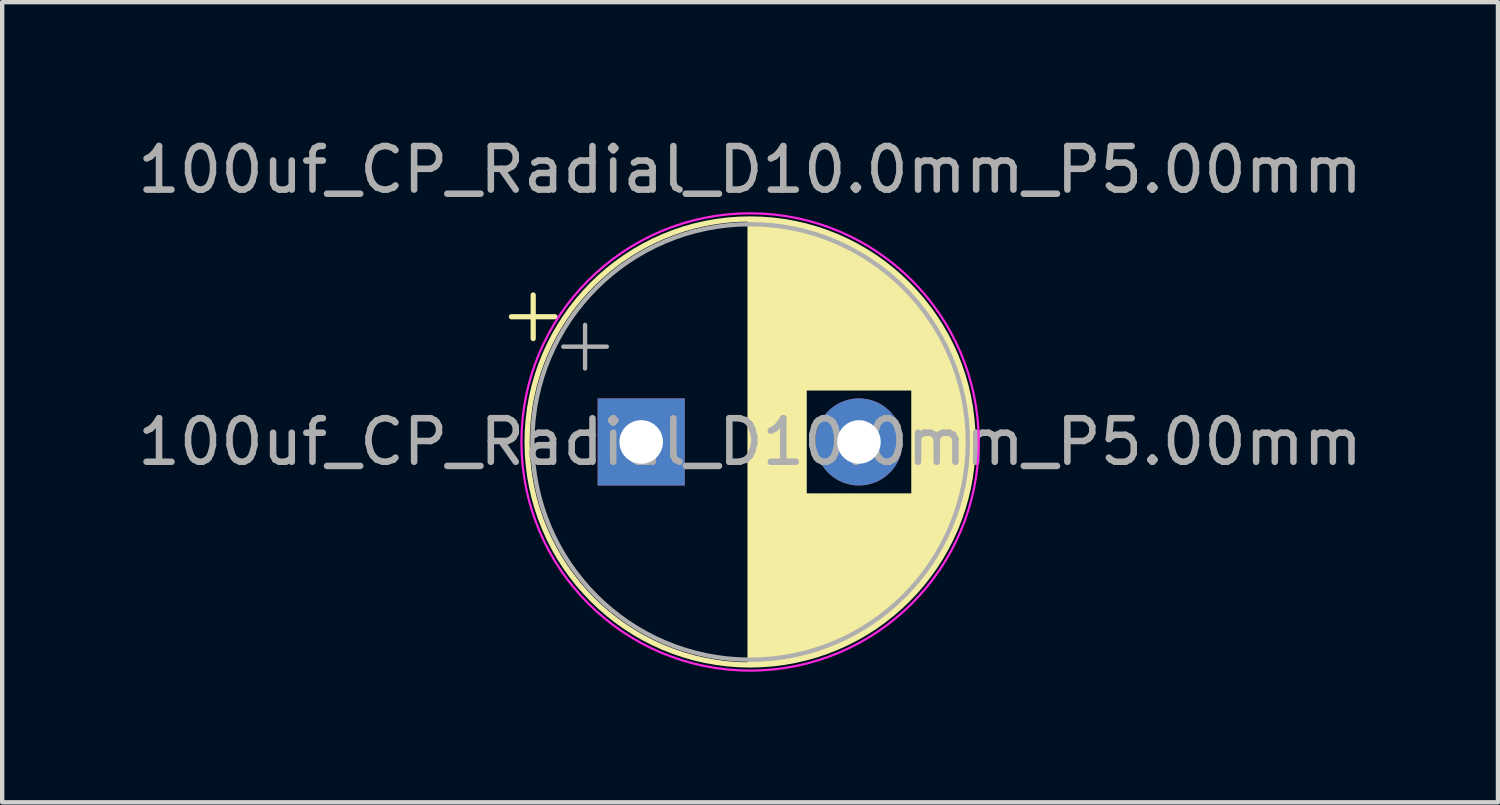
<source format=kicad_pcb>
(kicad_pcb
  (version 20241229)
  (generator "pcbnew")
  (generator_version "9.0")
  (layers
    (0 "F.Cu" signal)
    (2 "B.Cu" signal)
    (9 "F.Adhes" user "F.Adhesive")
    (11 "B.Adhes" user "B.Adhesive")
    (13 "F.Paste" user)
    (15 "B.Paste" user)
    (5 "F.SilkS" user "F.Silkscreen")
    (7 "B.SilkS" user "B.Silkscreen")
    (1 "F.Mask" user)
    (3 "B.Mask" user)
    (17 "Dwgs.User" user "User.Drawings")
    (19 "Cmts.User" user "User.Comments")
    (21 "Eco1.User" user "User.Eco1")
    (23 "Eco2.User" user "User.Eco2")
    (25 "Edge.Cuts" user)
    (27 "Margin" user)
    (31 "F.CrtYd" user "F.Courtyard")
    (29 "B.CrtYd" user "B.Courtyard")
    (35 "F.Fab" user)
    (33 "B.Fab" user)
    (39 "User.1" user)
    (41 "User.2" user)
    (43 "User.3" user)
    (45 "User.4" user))
  (footprint "100uf_CP_Radial_D10.0mm_P5.00mm"
    (layer "F.Cu")
    (at 11.673 7.098)
    (property "Reference" "100uf_CP_Radial_D10.0mm_P5.00mm" (at 2.5 -6.25 0) (layer "F.Fab") (effects (font (size 1 1) (thickness 0.15))))
    (attr through_hole)
    (fp_line (start -2.98 -2.875) (end -1.98 -2.875) (stroke (width 0.12) (type solid)) (layer "F.SilkS"))
    (fp_line (start -2.48 -3.375) (end -2.48 -2.375) (stroke (width 0.12) (type solid)) (layer "F.SilkS"))
    (fp_line (start 2.5 -5.08) (end 2.5 5.08) (stroke (width 0.12) (type solid)) (layer "F.SilkS"))
    (fp_line (start 2.54 -5.08) (end 2.54 5.08) (stroke (width 0.12) (type solid)) (layer "F.SilkS"))
    (fp_line (start 2.58 -5.08) (end 2.58 5.08) (stroke (width 0.12) (type solid)) (layer "F.SilkS"))
    (fp_line (start 2.62 -5.079) (end 2.62 5.079) (stroke (width 0.12) (type solid)) (layer "F.SilkS"))
    (fp_line (start 2.66 -5.078) (end 2.66 5.078) (stroke (width 0.12) (type solid)) (layer "F.SilkS"))
    (fp_line (start 2.7 -5.077) (end 2.7 5.077) (stroke (width 0.12) (type solid)) (layer "F.SilkS"))
    (fp_line (start 2.74 -5.075) (end 2.74 5.075) (stroke (width 0.12) (type solid)) (layer "F.SilkS"))
    (fp_line (start 2.78 -5.073) (end 2.78 5.073) (stroke (width 0.12) (type solid)) (layer "F.SilkS"))
    (fp_line (start 2.82 -5.07) (end 2.82 5.07) (stroke (width 0.12) (type solid)) (layer "F.SilkS"))
    (fp_line (start 2.86 -5.068) (end 2.86 5.068) (stroke (width 0.12) (type solid)) (layer "F.SilkS"))
    (fp_line (start 2.9 -5.065) (end 2.9 5.065) (stroke (width 0.12) (type solid)) (layer "F.SilkS"))
    (fp_line (start 2.94 -5.062) (end 2.94 5.062) (stroke (width 0.12) (type solid)) (layer "F.SilkS"))
    (fp_line (start 2.98 -5.058) (end 2.98 5.058) (stroke (width 0.12) (type solid)) (layer "F.SilkS"))
    (fp_line (start 3.02 -5.054) (end 3.02 5.054) (stroke (width 0.12) (type solid)) (layer "F.SilkS"))
    (fp_line (start 3.06 -5.05) (end 3.06 5.05) (stroke (width 0.12) (type solid)) (layer "F.SilkS"))
    (fp_line (start 3.1 -5.045) (end 3.1 5.045) (stroke (width 0.12) (type solid)) (layer "F.SilkS"))
    (fp_line (start 3.14 -5.04) (end 3.14 5.04) (stroke (width 0.12) (type solid)) (layer "F.SilkS"))
    (fp_line (start 3.18 -5.035) (end 3.18 5.035) (stroke (width 0.12) (type solid)) (layer "F.SilkS"))
    (fp_line (start 3.221 -5.03) (end 3.221 5.03) (stroke (width 0.12) (type solid)) (layer "F.SilkS"))
    (fp_line (start 3.261 -5.024) (end 3.261 5.024) (stroke (width 0.12) (type solid)) (layer "F.SilkS"))
    (fp_line (start 3.301 -5.018) (end 3.301 5.018) (stroke (width 0.12) (type solid)) (layer "F.SilkS"))
    (fp_line (start 3.341 -5.011) (end 3.341 5.011) (stroke (width 0.12) (type solid)) (layer "F.SilkS"))
    (fp_line (start 3.381 -5.004) (end 3.381 5.004) (stroke (width 0.12) (type solid)) (layer "F.SilkS"))
    (fp_line (start 3.421 -4.997) (end 3.421 4.997) (stroke (width 0.12) (type solid)) (layer "F.SilkS"))
    (fp_line (start 3.461 -4.99) (end 3.461 4.99) (stroke (width 0.12) (type solid)) (layer "F.SilkS"))
    (fp_line (start 3.501 -4.982) (end 3.501 4.982) (stroke (width 0.12) (type solid)) (layer "F.SilkS"))
    (fp_line (start 3.541 -4.974) (end 3.541 4.974) (stroke (width 0.12) (type solid)) (layer "F.SilkS"))
    (fp_line (start 3.581 -4.965) (end 3.581 4.965) (stroke (width 0.12) (type solid)) (layer "F.SilkS"))
    (fp_line (start 3.621 -4.956) (end 3.621 4.956) (stroke (width 0.12) (type solid)) (layer "F.SilkS"))
    (fp_line (start 3.661 -4.947) (end 3.661 4.947) (stroke (width 0.12) (type solid)) (layer "F.SilkS"))
    (fp_line (start 3.701 -4.938) (end 3.701 4.938) (stroke (width 0.12) (type solid)) (layer "F.SilkS"))
    (fp_line (start 3.741 -4.928) (end 3.741 4.928) (stroke (width 0.12) (type solid)) (layer "F.SilkS"))
    (fp_line (start 3.781 -4.918) (end 3.781 -1.241) (stroke (width 0.12) (type solid)) (layer "F.SilkS"))
    (fp_line (start 3.781 1.241) (end 3.781 4.918) (stroke (width 0.12) (type solid)) (layer "F.SilkS"))
    (fp_line (start 3.821 -4.907) (end 3.821 -1.241) (stroke (width 0.12) (type solid)) (layer "F.SilkS"))
    (fp_line (start 3.821 1.241) (end 3.821 4.907) (stroke (width 0.12) (type solid)) (layer "F.SilkS"))
    (fp_line (start 3.861 -4.897) (end 3.861 -1.241) (stroke (width 0.12) (type solid)) (layer "F.SilkS"))
    (fp_line (start 3.861 1.241) (end 3.861 4.897) (stroke (width 0.12) (type solid)) (layer "F.SilkS"))
    (fp_line (start 3.901 -4.885) (end 3.901 -1.241) (stroke (width 0.12) (type solid)) (layer "F.SilkS"))
    (fp_line (start 3.901 1.241) (end 3.901 4.885) (stroke (width 0.12) (type solid)) (layer "F.SilkS"))
    (fp_line (start 3.941 -4.874) (end 3.941 -1.241) (stroke (width 0.12) (type solid)) (layer "F.SilkS"))
    (fp_line (start 3.941 1.241) (end 3.941 4.874) (stroke (width 0.12) (type solid)) (layer "F.SilkS"))
    (fp_line (start 3.981 -4.862) (end 3.981 -1.241) (stroke (width 0.12) (type solid)) (layer "F.SilkS"))
    (fp_line (start 3.981 1.241) (end 3.981 4.862) (stroke (width 0.12) (type solid)) (layer "F.SilkS"))
    (fp_line (start 4.021 -4.85) (end 4.021 -1.241) (stroke (width 0.12) (type solid)) (layer "F.SilkS"))
    (fp_line (start 4.021 1.241) (end 4.021 4.85) (stroke (width 0.12) (type solid)) (layer "F.SilkS"))
    (fp_line (start 4.061 -4.837) (end 4.061 -1.241) (stroke (width 0.12) (type solid)) (layer "F.SilkS"))
    (fp_line (start 4.061 1.241) (end 4.061 4.837) (stroke (width 0.12) (type solid)) (layer "F.SilkS"))
    (fp_line (start 4.101 -4.824) (end 4.101 -1.241) (stroke (width 0.12) (type solid)) (layer "F.SilkS"))
    (fp_line (start 4.101 1.241) (end 4.101 4.824) (stroke (width 0.12) (type solid)) (layer "F.SilkS"))
    (fp_line (start 4.141 -4.811) (end 4.141 -1.241) (stroke (width 0.12) (type solid)) (layer "F.SilkS"))
    (fp_line (start 4.141 1.241) (end 4.141 4.811) (stroke (width 0.12) (type solid)) (layer "F.SilkS"))
    (fp_line (start 4.181 -4.797) (end 4.181 -1.241) (stroke (width 0.12) (type solid)) (layer "F.SilkS"))
    (fp_line (start 4.181 1.241) (end 4.181 4.797) (stroke (width 0.12) (type solid)) (layer "F.SilkS"))
    (fp_line (start 4.221 -4.783) (end 4.221 -1.241) (stroke (width 0.12) (type solid)) (layer "F.SilkS"))
    (fp_line (start 4.221 1.241) (end 4.221 4.783) (stroke (width 0.12) (type solid)) (layer "F.SilkS"))
    (fp_line (start 4.261 -4.768) (end 4.261 -1.241) (stroke (width 0.12) (type solid)) (layer "F.SilkS"))
    (fp_line (start 4.261 1.241) (end 4.261 4.768) (stroke (width 0.12) (type solid)) (layer "F.SilkS"))
    (fp_line (start 4.301 -4.754) (end 4.301 -1.241) (stroke (width 0.12) (type solid)) (layer "F.SilkS"))
    (fp_line (start 4.301 1.241) (end 4.301 4.754) (stroke (width 0.12) (type solid)) (layer "F.SilkS"))
    (fp_line (start 4.341 -4.738) (end 4.341 -1.241) (stroke (width 0.12) (type solid)) (layer "F.SilkS"))
    (fp_line (start 4.341 1.241) (end 4.341 4.738) (stroke (width 0.12) (type solid)) (layer "F.SilkS"))
    (fp_line (start 4.381 -4.723) (end 4.381 -1.241) (stroke (width 0.12) (type solid)) (layer "F.SilkS"))
    (fp_line (start 4.381 1.241) (end 4.381 4.723) (stroke (width 0.12) (type solid)) (layer "F.SilkS"))
    (fp_line (start 4.421 -4.707) (end 4.421 -1.241) (stroke (width 0.12) (type solid)) (layer "F.SilkS"))
    (fp_line (start 4.421 1.241) (end 4.421 4.707) (stroke (width 0.12) (type solid)) (layer "F.SilkS"))
    (fp_line (start 4.461 -4.69) (end 4.461 -1.241) (stroke (width 0.12) (type solid)) (layer "F.SilkS"))
    (fp_line (start 4.461 1.241) (end 4.461 4.69) (stroke (width 0.12) (type solid)) (layer "F.SilkS"))
    (fp_line (start 4.501 -4.674) (end 4.501 -1.241) (stroke (width 0.12) (type solid)) (layer "F.SilkS"))
    (fp_line (start 4.501 1.241) (end 4.501 4.674) (stroke (width 0.12) (type solid)) (layer "F.SilkS"))
    (fp_line (start 4.541 -4.657) (end 4.541 -1.241) (stroke (width 0.12) (type solid)) (layer "F.SilkS"))
    (fp_line (start 4.541 1.241) (end 4.541 4.657) (stroke (width 0.12) (type solid)) (layer "F.SilkS"))
    (fp_line (start 4.581 -4.639) (end 4.581 -1.241) (stroke (width 0.12) (type solid)) (layer "F.SilkS"))
    (fp_line (start 4.581 1.241) (end 4.581 4.639) (stroke (width 0.12) (type solid)) (layer "F.SilkS"))
    (fp_line (start 4.621 -4.621) (end 4.621 -1.241) (stroke (width 0.12) (type solid)) (layer "F.SilkS"))
    (fp_line (start 4.621 1.241) (end 4.621 4.621) (stroke (width 0.12) (type solid)) (layer "F.SilkS"))
    (fp_line (start 4.661 -4.603) (end 4.661 -1.241) (stroke (width 0.12) (type solid)) (layer "F.SilkS"))
    (fp_line (start 4.661 1.241) (end 4.661 4.603) (stroke (width 0.12) (type solid)) (layer "F.SilkS"))
    (fp_line (start 4.701 -4.584) (end 4.701 -1.241) (stroke (width 0.12) (type solid)) (layer "F.SilkS"))
    (fp_line (start 4.701 1.241) (end 4.701 4.584) (stroke (width 0.12) (type solid)) (layer "F.SilkS"))
    (fp_line (start 4.741 -4.564) (end 4.741 -1.241) (stroke (width 0.12) (type solid)) (layer "F.SilkS"))
    (fp_line (start 4.741 1.241) (end 4.741 4.564) (stroke (width 0.12) (type solid)) (layer "F.SilkS"))
    (fp_line (start 4.781 -4.545) (end 4.781 -1.241) (stroke (width 0.12) (type solid)) (layer "F.SilkS"))
    (fp_line (start 4.781 1.241) (end 4.781 4.545) (stroke (width 0.12) (type solid)) (layer "F.SilkS"))
    (fp_line (start 4.821 -4.525) (end 4.821 -1.241) (stroke (width 0.12) (type solid)) (layer "F.SilkS"))
    (fp_line (start 4.821 1.241) (end 4.821 4.525) (stroke (width 0.12) (type solid)) (layer "F.SilkS"))
    (fp_line (start 4.861 -4.504) (end 4.861 -1.241) (stroke (width 0.12) (type solid)) (layer "F.SilkS"))
    (fp_line (start 4.861 1.241) (end 4.861 4.504) (stroke (width 0.12) (type solid)) (layer "F.SilkS"))
    (fp_line (start 4.901 -4.483) (end 4.901 -1.241) (stroke (width 0.12) (type solid)) (layer "F.SilkS"))
    (fp_line (start 4.901 1.241) (end 4.901 4.483) (stroke (width 0.12) (type solid)) (layer "F.SilkS"))
    (fp_line (start 4.941 -4.462) (end 4.941 -1.241) (stroke (width 0.12) (type solid)) (layer "F.SilkS"))
    (fp_line (start 4.941 1.241) (end 4.941 4.462) (stroke (width 0.12) (type solid)) (layer "F.SilkS"))
    (fp_line (start 4.981 -4.44) (end 4.981 -1.241) (stroke (width 0.12) (type solid)) (layer "F.SilkS"))
    (fp_line (start 4.981 1.241) (end 4.981 4.44) (stroke (width 0.12) (type solid)) (layer "F.SilkS"))
    (fp_line (start 5.021 -4.417) (end 5.021 -1.241) (stroke (width 0.12) (type solid)) (layer "F.SilkS"))
    (fp_line (start 5.021 1.241) (end 5.021 4.417) (stroke (width 0.12) (type solid)) (layer "F.SilkS"))
    (fp_line (start 5.061 -4.395) (end 5.061 -1.241) (stroke (width 0.12) (type solid)) (layer "F.SilkS"))
    (fp_line (start 5.061 1.241) (end 5.061 4.395) (stroke (width 0.12) (type solid)) (layer "F.SilkS"))
    (fp_line (start 5.101 -4.371) (end 5.101 -1.241) (stroke (width 0.12) (type solid)) (layer "F.SilkS"))
    (fp_line (start 5.101 1.241) (end 5.101 4.371) (stroke (width 0.12) (type solid)) (layer "F.SilkS"))
    (fp_line (start 5.141 -4.347) (end 5.141 -1.241) (stroke (width 0.12) (type solid)) (layer "F.SilkS"))
    (fp_line (start 5.141 1.241) (end 5.141 4.347) (stroke (width 0.12) (type solid)) (layer "F.SilkS"))
    (fp_line (start 5.181 -4.323) (end 5.181 -1.241) (stroke (width 0.12) (type solid)) (layer "F.SilkS"))
    (fp_line (start 5.181 1.241) (end 5.181 4.323) (stroke (width 0.12) (type solid)) (layer "F.SilkS"))
    (fp_line (start 5.221 -4.298) (end 5.221 -1.241) (stroke (width 0.12) (type solid)) (layer "F.SilkS"))
    (fp_line (start 5.221 1.241) (end 5.221 4.298) (stroke (width 0.12) (type solid)) (layer "F.SilkS"))
    (fp_line (start 5.261 -4.273) (end 5.261 -1.241) (stroke (width 0.12) (type solid)) (layer "F.SilkS"))
    (fp_line (start 5.261 1.241) (end 5.261 4.273) (stroke (width 0.12) (type solid)) (layer "F.SilkS"))
    (fp_line (start 5.301 -4.247) (end 5.301 -1.241) (stroke (width 0.12) (type solid)) (layer "F.SilkS"))
    (fp_line (start 5.301 1.241) (end 5.301 4.247) (stroke (width 0.12) (type solid)) (layer "F.SilkS"))
    (fp_line (start 5.341 -4.221) (end 5.341 -1.241) (stroke (width 0.12) (type solid)) (layer "F.SilkS"))
    (fp_line (start 5.341 1.241) (end 5.341 4.221) (stroke (width 0.12) (type solid)) (layer "F.SilkS"))
    (fp_line (start 5.381 -4.194) (end 5.381 -1.241) (stroke (width 0.12) (type solid)) (layer "F.SilkS"))
    (fp_line (start 5.381 1.241) (end 5.381 4.194) (stroke (width 0.12) (type solid)) (layer "F.SilkS"))
    (fp_line (start 5.421 -4.166) (end 5.421 -1.241) (stroke (width 0.12) (type solid)) (layer "F.SilkS"))
    (fp_line (start 5.421 1.241) (end 5.421 4.166) (stroke (width 0.12) (type solid)) (layer "F.SilkS"))
    (fp_line (start 5.461 -4.138) (end 5.461 -1.241) (stroke (width 0.12) (type solid)) (layer "F.SilkS"))
    (fp_line (start 5.461 1.241) (end 5.461 4.138) (stroke (width 0.12) (type solid)) (layer "F.SilkS"))
    (fp_line (start 5.501 -4.11) (end 5.501 -1.241) (stroke (width 0.12) (type solid)) (layer "F.SilkS"))
    (fp_line (start 5.501 1.241) (end 5.501 4.11) (stroke (width 0.12) (type solid)) (layer "F.SilkS"))
    (fp_line (start 5.541 -4.08) (end 5.541 -1.241) (stroke (width 0.12) (type solid)) (layer "F.SilkS"))
    (fp_line (start 5.541 1.241) (end 5.541 4.08) (stroke (width 0.12) (type solid)) (layer "F.SilkS"))
    (fp_line (start 5.581 -4.05) (end 5.581 -1.241) (stroke (width 0.12) (type solid)) (layer "F.SilkS"))
    (fp_line (start 5.581 1.241) (end 5.581 4.05) (stroke (width 0.12) (type solid)) (layer "F.SilkS"))
    (fp_line (start 5.621 -4.02) (end 5.621 -1.241) (stroke (width 0.12) (type solid)) (layer "F.SilkS"))
    (fp_line (start 5.621 1.241) (end 5.621 4.02) (stroke (width 0.12) (type solid)) (layer "F.SilkS"))
    (fp_line (start 5.661 -3.989) (end 5.661 -1.241) (stroke (width 0.12) (type solid)) (layer "F.SilkS"))
    (fp_line (start 5.661 1.241) (end 5.661 3.989) (stroke (width 0.12) (type solid)) (layer "F.SilkS"))
    (fp_line (start 5.701 -3.957) (end 5.701 -1.241) (stroke (width 0.12) (type solid)) (layer "F.SilkS"))
    (fp_line (start 5.701 1.241) (end 5.701 3.957) (stroke (width 0.12) (type solid)) (layer "F.SilkS"))
    (fp_line (start 5.741 -3.925) (end 5.741 -1.241) (stroke (width 0.12) (type solid)) (layer "F.SilkS"))
    (fp_line (start 5.741 1.241) (end 5.741 3.925) (stroke (width 0.12) (type solid)) (layer "F.SilkS"))
    (fp_line (start 5.781 -3.892) (end 5.781 -1.241) (stroke (width 0.12) (type solid)) (layer "F.SilkS"))
    (fp_line (start 5.781 1.241) (end 5.781 3.892) (stroke (width 0.12) (type solid)) (layer "F.SilkS"))
    (fp_line (start 5.821 -3.858) (end 5.821 -1.241) (stroke (width 0.12) (type solid)) (layer "F.SilkS"))
    (fp_line (start 5.821 1.241) (end 5.821 3.858) (stroke (width 0.12) (type solid)) (layer "F.SilkS"))
    (fp_line (start 5.861 -3.824) (end 5.861 -1.241) (stroke (width 0.12) (type solid)) (layer "F.SilkS"))
    (fp_line (start 5.861 1.241) (end 5.861 3.824) (stroke (width 0.12) (type solid)) (layer "F.SilkS"))
    (fp_line (start 5.901 -3.789) (end 5.901 -1.241) (stroke (width 0.12) (type solid)) (layer "F.SilkS"))
    (fp_line (start 5.901 1.241) (end 5.901 3.789) (stroke (width 0.12) (type solid)) (layer "F.SilkS"))
    (fp_line (start 5.941 -3.753) (end 5.941 -1.241) (stroke (width 0.12) (type solid)) (layer "F.SilkS"))
    (fp_line (start 5.941 1.241) (end 5.941 3.753) (stroke (width 0.12) (type solid)) (layer "F.SilkS"))
    (fp_line (start 5.981 -3.716) (end 5.981 -1.241) (stroke (width 0.12) (type solid)) (layer "F.SilkS"))
    (fp_line (start 5.981 1.241) (end 5.981 3.716) (stroke (width 0.12) (type solid)) (layer "F.SilkS"))
    (fp_line (start 6.021 -3.679) (end 6.021 -1.241) (stroke (width 0.12) (type solid)) (layer "F.SilkS"))
    (fp_line (start 6.021 1.241) (end 6.021 3.679) (stroke (width 0.12) (type solid)) (layer "F.SilkS"))
    (fp_line (start 6.061 -3.64) (end 6.061 -1.241) (stroke (width 0.12) (type solid)) (layer "F.SilkS"))
    (fp_line (start 6.061 1.241) (end 6.061 3.64) (stroke (width 0.12) (type solid)) (layer "F.SilkS"))
    (fp_line (start 6.101 -3.601) (end 6.101 -1.241) (stroke (width 0.12) (type solid)) (layer "F.SilkS"))
    (fp_line (start 6.101 1.241) (end 6.101 3.601) (stroke (width 0.12) (type solid)) (layer "F.SilkS"))
    (fp_line (start 6.141 -3.561) (end 6.141 -1.241) (stroke (width 0.12) (type solid)) (layer "F.SilkS"))
    (fp_line (start 6.141 1.241) (end 6.141 3.561) (stroke (width 0.12) (type solid)) (layer "F.SilkS"))
    (fp_line (start 6.181 -3.52) (end 6.181 -1.241) (stroke (width 0.12) (type solid)) (layer "F.SilkS"))
    (fp_line (start 6.181 1.241) (end 6.181 3.52) (stroke (width 0.12) (type solid)) (layer "F.SilkS"))
    (fp_line (start 6.221 -3.478) (end 6.221 -1.241) (stroke (width 0.12) (type solid)) (layer "F.SilkS"))
    (fp_line (start 6.221 1.241) (end 6.221 3.478) (stroke (width 0.12) (type solid)) (layer "F.SilkS"))
    (fp_line (start 6.261 -3.436) (end 6.261 3.436) (stroke (width 0.12) (type solid)) (layer "F.SilkS"))
    (fp_line (start 6.301 -3.392) (end 6.301 3.392) (stroke (width 0.12) (type solid)) (layer "F.SilkS"))
    (fp_line (start 6.341 -3.347) (end 6.341 3.347) (stroke (width 0.12) (type solid)) (layer "F.SilkS"))
    (fp_line (start 6.381 -3.301) (end 6.381 3.301) (stroke (width 0.12) (type solid)) (layer "F.SilkS"))
    (fp_line (start 6.421 -3.254) (end 6.421 3.254) (stroke (width 0.12) (type solid)) (layer "F.SilkS"))
    (fp_line (start 6.461 -3.206) (end 6.461 3.206) (stroke (width 0.12) (type solid)) (layer "F.SilkS"))
    (fp_line (start 6.501 -3.156) (end 6.501 3.156) (stroke (width 0.12) (type solid)) (layer "F.SilkS"))
    (fp_line (start 6.541 -3.106) (end 6.541 3.106) (stroke (width 0.12) (type solid)) (layer "F.SilkS"))
    (fp_line (start 6.581 -3.054) (end 6.581 3.054) (stroke (width 0.12) (type solid)) (layer "F.SilkS"))
    (fp_line (start 6.621 -3) (end 6.621 3) (stroke (width 0.12) (type solid)) (layer "F.SilkS"))
    (fp_line (start 6.661 -2.945) (end 6.661 2.945) (stroke (width 0.12) (type solid)) (layer "F.SilkS"))
    (fp_line (start 6.701 -2.889) (end 6.701 2.889) (stroke (width 0.12) (type solid)) (layer "F.SilkS"))
    (fp_line (start 6.741 -2.83) (end 6.741 2.83) (stroke (width 0.12) (type solid)) (layer "F.SilkS"))
    (fp_line (start 6.781 -2.77) (end 6.781 2.77) (stroke (width 0.12) (type solid)) (layer "F.SilkS"))
    (fp_line (start 6.821 -2.709) (end 6.821 2.709) (stroke (width 0.12) (type solid)) (layer "F.SilkS"))
    (fp_line (start 6.861 -2.645) (end 6.861 2.645) (stroke (width 0.12) (type solid)) (layer "F.SilkS"))
    (fp_line (start 6.901 -2.579) (end 6.901 2.579) (stroke (width 0.12) (type solid)) (layer "F.SilkS"))
    (fp_line (start 6.941 -2.51) (end 6.941 2.51) (stroke (width 0.12) (type solid)) (layer "F.SilkS"))
    (fp_line (start 6.981 -2.439) (end 6.981 2.439) (stroke (width 0.12) (type solid)) (layer "F.SilkS"))
    (fp_line (start 7.021 -2.365) (end 7.021 2.365) (stroke (width 0.12) (type solid)) (layer "F.SilkS"))
    (fp_line (start 7.061 -2.289) (end 7.061 2.289) (stroke (width 0.12) (type solid)) (layer "F.SilkS"))
    (fp_line (start 7.101 -2.209) (end 7.101 2.209) (stroke (width 0.12) (type solid)) (layer "F.SilkS"))
    (fp_line (start 7.141 -2.125) (end 7.141 2.125) (stroke (width 0.12) (type solid)) (layer "F.SilkS"))
    (fp_line (start 7.181 -2.037) (end 7.181 2.037) (stroke (width 0.12) (type solid)) (layer "F.SilkS"))
    (fp_line (start 7.221 -1.944) (end 7.221 1.944) (stroke (width 0.12) (type solid)) (layer "F.SilkS"))
    (fp_line (start 7.261 -1.846) (end 7.261 1.846) (stroke (width 0.12) (type solid)) (layer "F.SilkS"))
    (fp_line (start 7.301 -1.742) (end 7.301 1.742) (stroke (width 0.12) (type solid)) (layer "F.SilkS"))
    (fp_line (start 7.341 -1.63) (end 7.341 1.63) (stroke (width 0.12) (type solid)) (layer "F.SilkS"))
    (fp_line (start 7.381 -1.51) (end 7.381 1.51) (stroke (width 0.12) (type solid)) (layer "F.SilkS"))
    (fp_line (start 7.421 -1.378) (end 7.421 1.378) (stroke (width 0.12) (type solid)) (layer "F.SilkS"))
    (fp_line (start 7.461 -1.23) (end 7.461 1.23) (stroke (width 0.12) (type solid)) (layer "F.SilkS"))
    (fp_line (start 7.501 -1.062) (end 7.501 1.062) (stroke (width 0.12) (type solid)) (layer "F.SilkS"))
    (fp_line (start 7.541 -0.862) (end 7.541 0.862) (stroke (width 0.12) (type solid)) (layer "F.SilkS"))
    (fp_line (start 7.581 -0.599) (end 7.581 0.599) (stroke (width 0.12) (type solid)) (layer "F.SilkS"))
    (fp_circle (center 2.5 0) (end 7.62 0) (stroke (width 0.12) (type solid)) (fill no) (layer "F.SilkS"))
    (fp_circle (center 2.5 0) (end 7.75 0) (stroke (width 0.05) (type solid)) (fill no) (layer "F.CrtYd"))
    (fp_line (start -1.789 -2.188) (end -0.789 -2.188) (stroke (width 0.1) (type solid)) (layer "F.Fab"))
    (fp_line (start -1.289 -2.688) (end -1.289 -1.688) (stroke (width 0.1) (type solid)) (layer "F.Fab"))
    (fp_circle (center 2.5 0) (end 7.5 0) (stroke (width 0.1) (type solid)) (fill no) (layer "F.Fab"))
    (fp_text user "${REFERENCE}" (at 2.5 0 0) (layer "F.Fab") (effects (font (size 1 1) (thickness 0.15))))
    (pad "1" thru_hole rect (at 0 0) (size 2 2) (drill 1) (layers "*.Cu" "*.Mask"))
    (pad "2" thru_hole circle (at 5 0) (size 2 2) (drill 1) (layers "*.Cu" "*.Mask")))
  (gr_rect
    (start -3 -3)
    (end 31.345 15.373)
    (stroke (width 0.1) (type default))
    (fill no)
    (layer "Edge.Cuts")))
</source>
